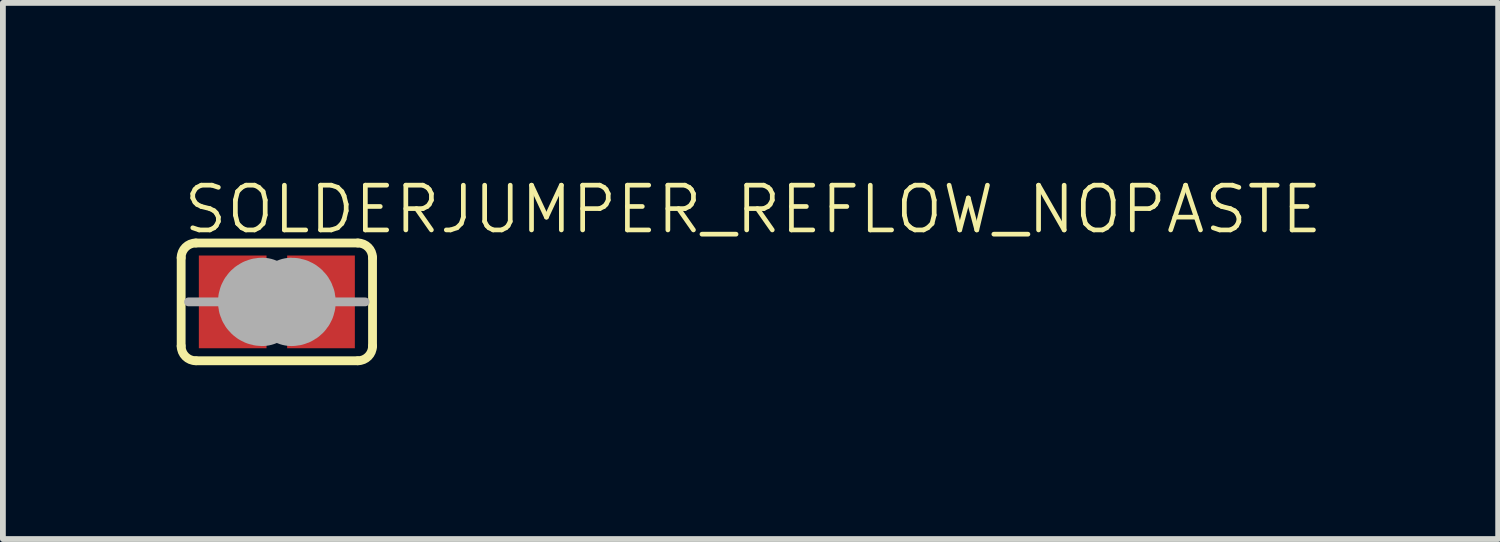
<source format=kicad_pcb>
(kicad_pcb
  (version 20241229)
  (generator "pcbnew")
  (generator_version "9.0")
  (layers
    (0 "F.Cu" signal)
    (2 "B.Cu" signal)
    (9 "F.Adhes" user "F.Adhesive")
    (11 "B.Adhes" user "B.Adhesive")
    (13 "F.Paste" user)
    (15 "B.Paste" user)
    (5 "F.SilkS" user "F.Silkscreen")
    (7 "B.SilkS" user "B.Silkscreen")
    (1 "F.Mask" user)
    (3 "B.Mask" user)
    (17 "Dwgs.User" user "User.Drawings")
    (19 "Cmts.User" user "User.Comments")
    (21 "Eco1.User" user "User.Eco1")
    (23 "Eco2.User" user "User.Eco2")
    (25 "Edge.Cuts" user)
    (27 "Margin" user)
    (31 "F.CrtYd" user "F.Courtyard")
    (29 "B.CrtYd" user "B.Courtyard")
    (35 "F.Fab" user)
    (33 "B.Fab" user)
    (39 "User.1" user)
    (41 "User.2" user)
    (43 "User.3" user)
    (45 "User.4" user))
  (footprint "SOLDERJUMPER_REFLOW_NOPASTE"
    (layer "F.Cu")
    (at 1.727 2.159)
    (property "Reference" "SOLDERJUMPER_REFLOW_NOPASTE" (at -1.651 -1.143 0) (layer "F.SilkS") (effects (font (size 0.772 0.772) (thickness 0.081)) (justify left bottom)))
    (attr through_hole)
    (fp_poly (pts (xy -0.076 0.914) (xy 0.076 0.914) (xy 0.076 -0.914) (xy -0.076 -0.914)) (stroke (width 0) (type solid)) (fill yes) (layer "F.Mask"))
    (fp_line (start -1.651 0.762) (end -1.651 -0.762) (stroke (width 0.152) (type solid)) (layer "F.SilkS"))
    (fp_line (start -1.397 -1.016) (end 1.397 -1.016) (stroke (width 0.152) (type solid)) (layer "F.SilkS"))
    (fp_line (start 1.397 1.016) (end -1.397 1.016) (stroke (width 0.152) (type solid)) (layer "F.SilkS"))
    (fp_line (start 1.651 0.762) (end 1.651 -0.762) (stroke (width 0.152) (type solid)) (layer "F.SilkS"))
    (fp_arc (start -1.651 -0.762) (mid -1.576605 -0.941605) (end -1.397 -1.016) (stroke (width 0.1524) (type solid)) (layer "F.SilkS"))
    (fp_arc (start -1.397 1.016) (mid -1.576605 0.941605) (end -1.651 0.762) (stroke (width 0.1524) (type solid)) (layer "F.SilkS"))
    (fp_arc (start 1.397 -1.016) (mid 1.576605 -0.941605) (end 1.651 -0.762) (stroke (width 0.1524) (type solid)) (layer "F.SilkS"))
    (fp_arc (start 1.651 0.762) (mid 1.576605 0.941605) (end 1.397 1.016) (stroke (width 0.1524) (type solid)) (layer "F.SilkS"))
    (fp_line (start -1.016 0) (end -1.524 0) (stroke (width 0.152) (type solid)) (layer "F.Fab"))
    (fp_line (start 1.016 0) (end 1.524 0) (stroke (width 0.152) (type solid)) (layer "F.Fab"))
    (fp_arc (start -0.254 0.127) (mid -0.381 0) (end -0.254 -0.127) (stroke (width 1.27) (type solid)) (layer "F.Fab"))
    (fp_arc (start 0.254 -0.127) (mid 0.381 0) (end 0.254 0.127) (stroke (width 1.27) (type solid)) (layer "F.Fab"))
    (pad "1" smd rect (at -0.762 0) (size 1.168 1.6) (layers "F.Cu" "F.Mask"))
    (pad "2" smd rect (at 0.762 0) (size 1.168 1.6) (layers "F.Cu" "F.Mask")))
  (gr_rect
    (start -3 -3)
    (end 22.801 6.251)
    (stroke (width 0.1) (type default))
    (fill no)
    (layer "Edge.Cuts")))
</source>
